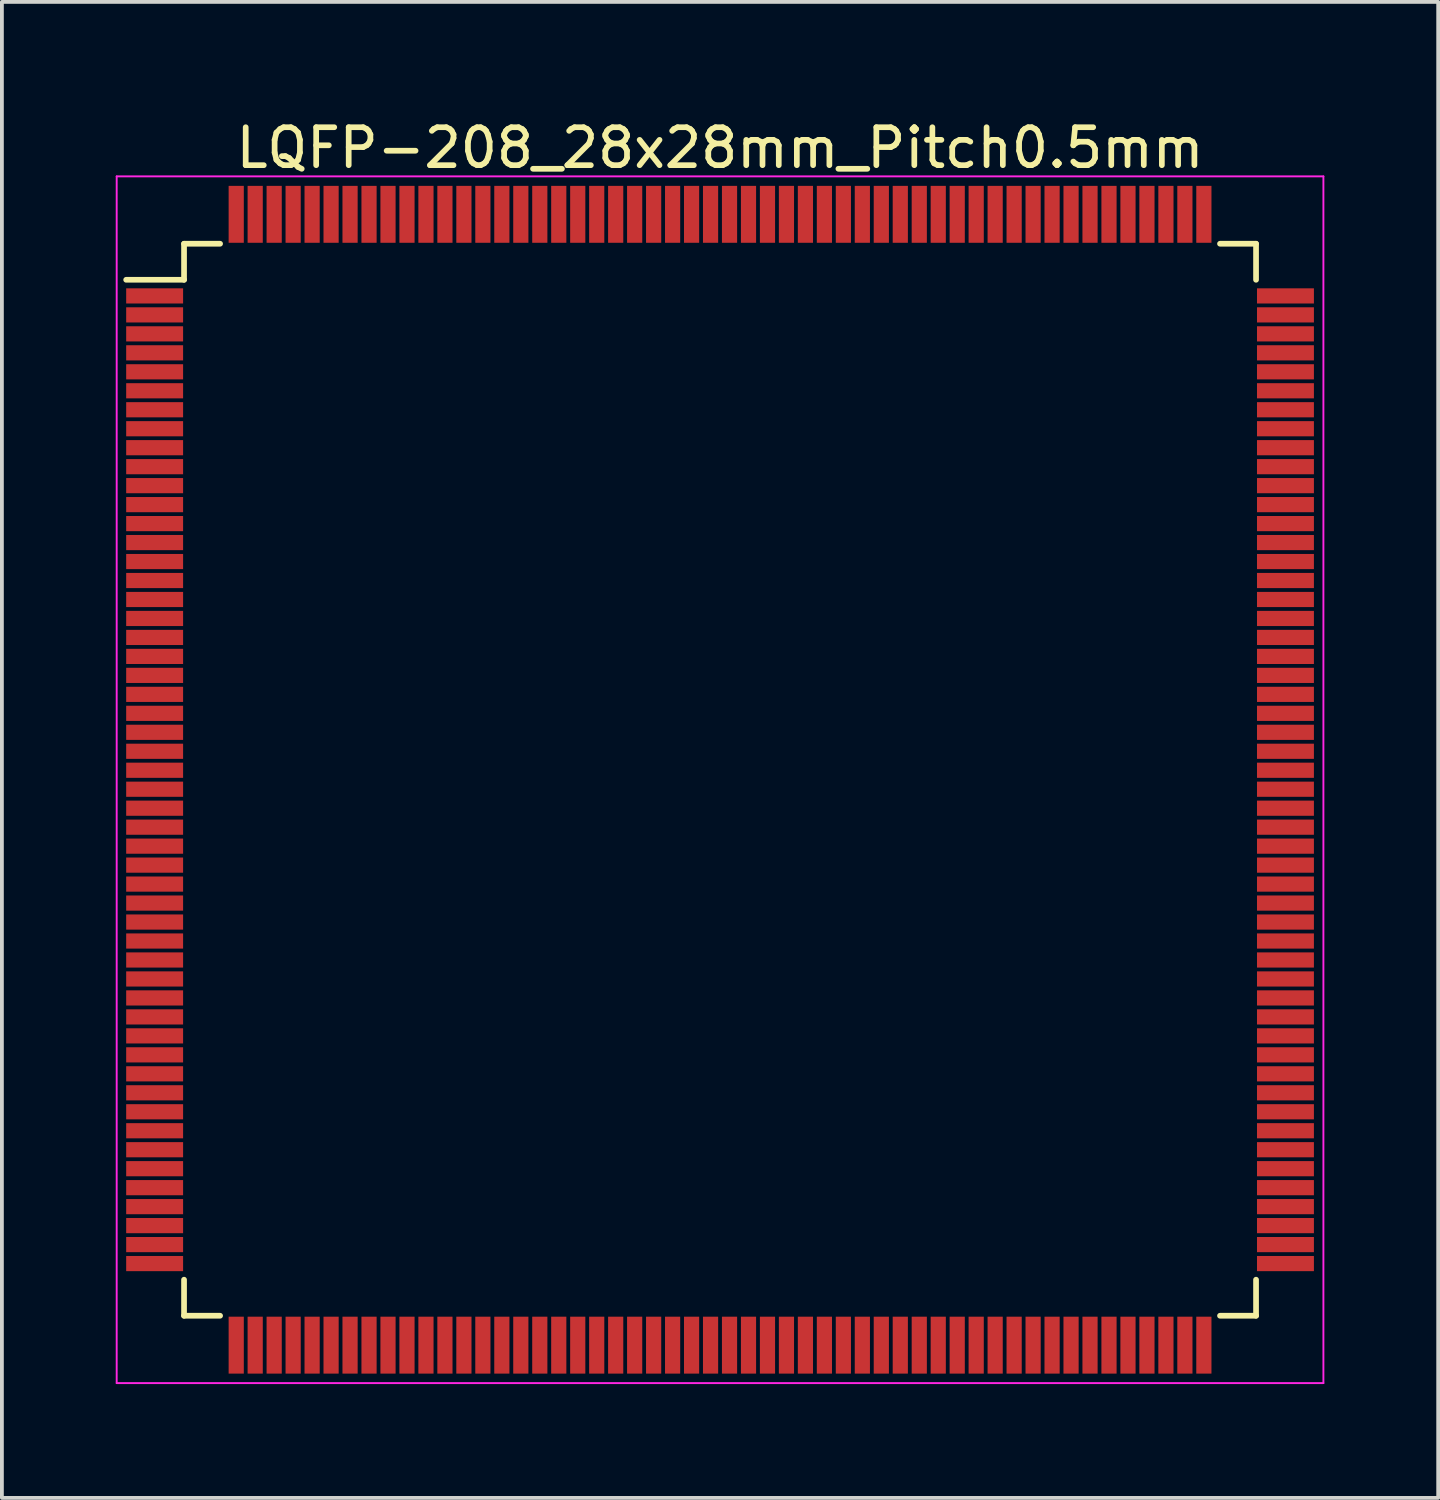
<source format=kicad_pcb>
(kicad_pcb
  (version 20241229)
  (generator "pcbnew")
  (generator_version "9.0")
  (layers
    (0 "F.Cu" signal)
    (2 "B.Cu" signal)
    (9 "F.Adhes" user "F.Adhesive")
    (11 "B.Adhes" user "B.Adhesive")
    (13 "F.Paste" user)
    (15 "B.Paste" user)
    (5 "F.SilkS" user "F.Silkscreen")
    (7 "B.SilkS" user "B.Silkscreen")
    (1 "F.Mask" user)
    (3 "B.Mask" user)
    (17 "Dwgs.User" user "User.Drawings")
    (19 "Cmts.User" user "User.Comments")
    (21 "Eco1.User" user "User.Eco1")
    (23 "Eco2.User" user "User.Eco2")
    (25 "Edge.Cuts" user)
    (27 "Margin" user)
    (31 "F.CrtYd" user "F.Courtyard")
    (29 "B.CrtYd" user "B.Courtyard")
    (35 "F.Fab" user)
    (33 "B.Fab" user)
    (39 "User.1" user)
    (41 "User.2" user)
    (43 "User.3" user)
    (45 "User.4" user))
  (footprint "LQFP-208_28x28mm_Pitch0.5mm"
    (layer "F.Cu")
    (at 15.925 17.498)
    (property "Reference" "LQFP-208_28x28mm_Pitch0.5mm" (at 0 -16.65 0) (layer "F.SilkS") (effects (font (size 1 1) (thickness 0.15))))
    (attr smd)
    (fp_line (start -14.125 -14.125) (end -14.125 -13.175) (stroke (width 0.15) (type solid)) (layer "F.SilkS"))
    (fp_line (start -14.125 -14.125) (end -13.175 -14.125) (stroke (width 0.15) (type solid)) (layer "F.SilkS"))
    (fp_line (start -14.125 -13.175) (end -15.65 -13.175) (stroke (width 0.15) (type solid)) (layer "F.SilkS"))
    (fp_line (start -14.125 14.125) (end -14.125 13.175) (stroke (width 0.15) (type solid)) (layer "F.SilkS"))
    (fp_line (start -14.125 14.125) (end -13.175 14.125) (stroke (width 0.15) (type solid)) (layer "F.SilkS"))
    (fp_line (start 14.125 -14.125) (end 13.175 -14.125) (stroke (width 0.15) (type solid)) (layer "F.SilkS"))
    (fp_line (start 14.125 -14.125) (end 14.125 -13.175) (stroke (width 0.15) (type solid)) (layer "F.SilkS"))
    (fp_line (start 14.125 14.125) (end 13.175 14.125) (stroke (width 0.15) (type solid)) (layer "F.SilkS"))
    (fp_line (start 14.125 14.125) (end 14.125 13.175) (stroke (width 0.15) (type solid)) (layer "F.SilkS"))
    (fp_line (start -15.9 -15.9) (end -15.9 15.9) (stroke (width 0.05) (type solid)) (layer "F.CrtYd"))
    (fp_line (start -15.9 -15.9) (end 15.9 -15.9) (stroke (width 0.05) (type solid)) (layer "F.CrtYd"))
    (fp_line (start -15.9 15.9) (end 15.9 15.9) (stroke (width 0.05) (type solid)) (layer "F.CrtYd"))
    (fp_line (start 15.9 -15.9) (end 15.9 15.9) (stroke (width 0.05) (type solid)) (layer "F.CrtYd"))
    (pad "1" smd rect (at -14.9 -12.75) (size 1.5 0.4) (layers "F.Cu" "F.Mask" "F.Paste"))
    (pad "2" smd rect (at -14.9 -12.25) (size 1.5 0.4) (layers "F.Cu" "F.Mask" "F.Paste"))
    (pad "3" smd rect (at -14.9 -11.75) (size 1.5 0.4) (layers "F.Cu" "F.Mask" "F.Paste"))
    (pad "4" smd rect (at -14.9 -11.25) (size 1.5 0.4) (layers "F.Cu" "F.Mask" "F.Paste"))
    (pad "5" smd rect (at -14.9 -10.75) (size 1.5 0.4) (layers "F.Cu" "F.Mask" "F.Paste"))
    (pad "6" smd rect (at -14.9 -10.25) (size 1.5 0.4) (layers "F.Cu" "F.Mask" "F.Paste"))
    (pad "7" smd rect (at -14.9 -9.75) (size 1.5 0.4) (layers "F.Cu" "F.Mask" "F.Paste"))
    (pad "8" smd rect (at -14.9 -9.25) (size 1.5 0.4) (layers "F.Cu" "F.Mask" "F.Paste"))
    (pad "9" smd rect (at -14.9 -8.75) (size 1.5 0.4) (layers "F.Cu" "F.Mask" "F.Paste"))
    (pad "10" smd rect (at -14.9 -8.25) (size 1.5 0.4) (layers "F.Cu" "F.Mask" "F.Paste"))
    (pad "11" smd rect (at -14.9 -7.75) (size 1.5 0.4) (layers "F.Cu" "F.Mask" "F.Paste"))
    (pad "12" smd rect (at -14.9 -7.25) (size 1.5 0.4) (layers "F.Cu" "F.Mask" "F.Paste"))
    (pad "13" smd rect (at -14.9 -6.75) (size 1.5 0.4) (layers "F.Cu" "F.Mask" "F.Paste"))
    (pad "14" smd rect (at -14.9 -6.25) (size 1.5 0.4) (layers "F.Cu" "F.Mask" "F.Paste"))
    (pad "15" smd rect (at -14.9 -5.75) (size 1.5 0.4) (layers "F.Cu" "F.Mask" "F.Paste"))
    (pad "16" smd rect (at -14.9 -5.25) (size 1.5 0.4) (layers "F.Cu" "F.Mask" "F.Paste"))
    (pad "17" smd rect (at -14.9 -4.75) (size 1.5 0.4) (layers "F.Cu" "F.Mask" "F.Paste"))
    (pad "18" smd rect (at -14.9 -4.25) (size 1.5 0.4) (layers "F.Cu" "F.Mask" "F.Paste"))
    (pad "19" smd rect (at -14.9 -3.75) (size 1.5 0.4) (layers "F.Cu" "F.Mask" "F.Paste"))
    (pad "20" smd rect (at -14.9 -3.25) (size 1.5 0.4) (layers "F.Cu" "F.Mask" "F.Paste"))
    (pad "21" smd rect (at -14.9 -2.75) (size 1.5 0.4) (layers "F.Cu" "F.Mask" "F.Paste"))
    (pad "22" smd rect (at -14.9 -2.25) (size 1.5 0.4) (layers "F.Cu" "F.Mask" "F.Paste"))
    (pad "23" smd rect (at -14.9 -1.75) (size 1.5 0.4) (layers "F.Cu" "F.Mask" "F.Paste"))
    (pad "24" smd rect (at -14.9 -1.25) (size 1.5 0.4) (layers "F.Cu" "F.Mask" "F.Paste"))
    (pad "25" smd rect (at -14.9 -0.75) (size 1.5 0.4) (layers "F.Cu" "F.Mask" "F.Paste"))
    (pad "26" smd rect (at -14.9 -0.25) (size 1.5 0.4) (layers "F.Cu" "F.Mask" "F.Paste"))
    (pad "27" smd rect (at -14.9 0.25) (size 1.5 0.4) (layers "F.Cu" "F.Mask" "F.Paste"))
    (pad "28" smd rect (at -14.9 0.75) (size 1.5 0.4) (layers "F.Cu" "F.Mask" "F.Paste"))
    (pad "29" smd rect (at -14.9 1.25) (size 1.5 0.4) (layers "F.Cu" "F.Mask" "F.Paste"))
    (pad "30" smd rect (at -14.9 1.75) (size 1.5 0.4) (layers "F.Cu" "F.Mask" "F.Paste"))
    (pad "31" smd rect (at -14.9 2.25) (size 1.5 0.4) (layers "F.Cu" "F.Mask" "F.Paste"))
    (pad "32" smd rect (at -14.9 2.75) (size 1.5 0.4) (layers "F.Cu" "F.Mask" "F.Paste"))
    (pad "33" smd rect (at -14.9 3.25) (size 1.5 0.4) (layers "F.Cu" "F.Mask" "F.Paste"))
    (pad "34" smd rect (at -14.9 3.75) (size 1.5 0.4) (layers "F.Cu" "F.Mask" "F.Paste"))
    (pad "35" smd rect (at -14.9 4.25) (size 1.5 0.4) (layers "F.Cu" "F.Mask" "F.Paste"))
    (pad "36" smd rect (at -14.9 4.75) (size 1.5 0.4) (layers "F.Cu" "F.Mask" "F.Paste"))
    (pad "37" smd rect (at -14.9 5.25) (size 1.5 0.4) (layers "F.Cu" "F.Mask" "F.Paste"))
    (pad "38" smd rect (at -14.9 5.75) (size 1.5 0.4) (layers "F.Cu" "F.Mask" "F.Paste"))
    (pad "39" smd rect (at -14.9 6.25) (size 1.5 0.4) (layers "F.Cu" "F.Mask" "F.Paste"))
    (pad "40" smd rect (at -14.9 6.75) (size 1.5 0.4) (layers "F.Cu" "F.Mask" "F.Paste"))
    (pad "41" smd rect (at -14.9 7.25) (size 1.5 0.4) (layers "F.Cu" "F.Mask" "F.Paste"))
    (pad "42" smd rect (at -14.9 7.75) (size 1.5 0.4) (layers "F.Cu" "F.Mask" "F.Paste"))
    (pad "43" smd rect (at -14.9 8.25) (size 1.5 0.4) (layers "F.Cu" "F.Mask" "F.Paste"))
    (pad "44" smd rect (at -14.9 8.75) (size 1.5 0.4) (layers "F.Cu" "F.Mask" "F.Paste"))
    (pad "45" smd rect (at -14.9 9.25) (size 1.5 0.4) (layers "F.Cu" "F.Mask" "F.Paste"))
    (pad "46" smd rect (at -14.9 9.75) (size 1.5 0.4) (layers "F.Cu" "F.Mask" "F.Paste"))
    (pad "47" smd rect (at -14.9 10.25) (size 1.5 0.4) (layers "F.Cu" "F.Mask" "F.Paste"))
    (pad "48" smd rect (at -14.9 10.75) (size 1.5 0.4) (layers "F.Cu" "F.Mask" "F.Paste"))
    (pad "49" smd rect (at -14.9 11.25) (size 1.5 0.4) (layers "F.Cu" "F.Mask" "F.Paste"))
    (pad "50" smd rect (at -14.9 11.75) (size 1.5 0.4) (layers "F.Cu" "F.Mask" "F.Paste"))
    (pad "51" smd rect (at -14.9 12.25) (size 1.5 0.4) (layers "F.Cu" "F.Mask" "F.Paste"))
    (pad "52" smd rect (at -14.9 12.75) (size 1.5 0.4) (layers "F.Cu" "F.Mask" "F.Paste"))
    (pad "53" smd rect (at -12.75 14.9 90) (size 1.5 0.4) (layers "F.Cu" "F.Mask" "F.Paste"))
    (pad "54" smd rect (at -12.25 14.9 90) (size 1.5 0.4) (layers "F.Cu" "F.Mask" "F.Paste"))
    (pad "55" smd rect (at -11.75 14.9 90) (size 1.5 0.4) (layers "F.Cu" "F.Mask" "F.Paste"))
    (pad "56" smd rect (at -11.25 14.9 90) (size 1.5 0.4) (layers "F.Cu" "F.Mask" "F.Paste"))
    (pad "57" smd rect (at -10.75 14.9 90) (size 1.5 0.4) (layers "F.Cu" "F.Mask" "F.Paste"))
    (pad "58" smd rect (at -10.25 14.9 90) (size 1.5 0.4) (layers "F.Cu" "F.Mask" "F.Paste"))
    (pad "59" smd rect (at -9.75 14.9 90) (size 1.5 0.4) (layers "F.Cu" "F.Mask" "F.Paste"))
    (pad "60" smd rect (at -9.25 14.9 90) (size 1.5 0.4) (layers "F.Cu" "F.Mask" "F.Paste"))
    (pad "61" smd rect (at -8.75 14.9 90) (size 1.5 0.4) (layers "F.Cu" "F.Mask" "F.Paste"))
    (pad "62" smd rect (at -8.25 14.9 90) (size 1.5 0.4) (layers "F.Cu" "F.Mask" "F.Paste"))
    (pad "63" smd rect (at -7.75 14.9 90) (size 1.5 0.4) (layers "F.Cu" "F.Mask" "F.Paste"))
    (pad "64" smd rect (at -7.25 14.9 90) (size 1.5 0.4) (layers "F.Cu" "F.Mask" "F.Paste"))
    (pad "65" smd rect (at -6.75 14.9 90) (size 1.5 0.4) (layers "F.Cu" "F.Mask" "F.Paste"))
    (pad "66" smd rect (at -6.25 14.9 90) (size 1.5 0.4) (layers "F.Cu" "F.Mask" "F.Paste"))
    (pad "67" smd rect (at -5.75 14.9 90) (size 1.5 0.4) (layers "F.Cu" "F.Mask" "F.Paste"))
    (pad "68" smd rect (at -5.25 14.9 90) (size 1.5 0.4) (layers "F.Cu" "F.Mask" "F.Paste"))
    (pad "69" smd rect (at -4.75 14.9 90) (size 1.5 0.4) (layers "F.Cu" "F.Mask" "F.Paste"))
    (pad "70" smd rect (at -4.25 14.9 90) (size 1.5 0.4) (layers "F.Cu" "F.Mask" "F.Paste"))
    (pad "71" smd rect (at -3.75 14.9 90) (size 1.5 0.4) (layers "F.Cu" "F.Mask" "F.Paste"))
    (pad "72" smd rect (at -3.25 14.9 90) (size 1.5 0.4) (layers "F.Cu" "F.Mask" "F.Paste"))
    (pad "73" smd rect (at -2.75 14.9 90) (size 1.5 0.4) (layers "F.Cu" "F.Mask" "F.Paste"))
    (pad "74" smd rect (at -2.25 14.9 90) (size 1.5 0.4) (layers "F.Cu" "F.Mask" "F.Paste"))
    (pad "75" smd rect (at -1.75 14.9 90) (size 1.5 0.4) (layers "F.Cu" "F.Mask" "F.Paste"))
    (pad "76" smd rect (at -1.25 14.9 90) (size 1.5 0.4) (layers "F.Cu" "F.Mask" "F.Paste"))
    (pad "77" smd rect (at -0.75 14.9 90) (size 1.5 0.4) (layers "F.Cu" "F.Mask" "F.Paste"))
    (pad "78" smd rect (at -0.25 14.9 90) (size 1.5 0.4) (layers "F.Cu" "F.Mask" "F.Paste"))
    (pad "79" smd rect (at 0.25 14.9 90) (size 1.5 0.4) (layers "F.Cu" "F.Mask" "F.Paste"))
    (pad "80" smd rect (at 0.75 14.9 90) (size 1.5 0.4) (layers "F.Cu" "F.Mask" "F.Paste"))
    (pad "81" smd rect (at 1.25 14.9 90) (size 1.5 0.4) (layers "F.Cu" "F.Mask" "F.Paste"))
    (pad "82" smd rect (at 1.75 14.9 90) (size 1.5 0.4) (layers "F.Cu" "F.Mask" "F.Paste"))
    (pad "83" smd rect (at 2.25 14.9 90) (size 1.5 0.4) (layers "F.Cu" "F.Mask" "F.Paste"))
    (pad "84" smd rect (at 2.75 14.9 90) (size 1.5 0.4) (layers "F.Cu" "F.Mask" "F.Paste"))
    (pad "85" smd rect (at 3.25 14.9 90) (size 1.5 0.4) (layers "F.Cu" "F.Mask" "F.Paste"))
    (pad "86" smd rect (at 3.75 14.9 90) (size 1.5 0.4) (layers "F.Cu" "F.Mask" "F.Paste"))
    (pad "87" smd rect (at 4.25 14.9 90) (size 1.5 0.4) (layers "F.Cu" "F.Mask" "F.Paste"))
    (pad "88" smd rect (at 4.75 14.9 90) (size 1.5 0.4) (layers "F.Cu" "F.Mask" "F.Paste"))
    (pad "89" smd rect (at 5.25 14.9 90) (size 1.5 0.4) (layers "F.Cu" "F.Mask" "F.Paste"))
    (pad "90" smd rect (at 5.75 14.9 90) (size 1.5 0.4) (layers "F.Cu" "F.Mask" "F.Paste"))
    (pad "91" smd rect (at 6.25 14.9 90) (size 1.5 0.4) (layers "F.Cu" "F.Mask" "F.Paste"))
    (pad "92" smd rect (at 6.75 14.9 90) (size 1.5 0.4) (layers "F.Cu" "F.Mask" "F.Paste"))
    (pad "93" smd rect (at 7.25 14.9 90) (size 1.5 0.4) (layers "F.Cu" "F.Mask" "F.Paste"))
    (pad "94" smd rect (at 7.75 14.9 90) (size 1.5 0.4) (layers "F.Cu" "F.Mask" "F.Paste"))
    (pad "95" smd rect (at 8.25 14.9 90) (size 1.5 0.4) (layers "F.Cu" "F.Mask" "F.Paste"))
    (pad "96" smd rect (at 8.75 14.9 90) (size 1.5 0.4) (layers "F.Cu" "F.Mask" "F.Paste"))
    (pad "97" smd rect (at 9.25 14.9 90) (size 1.5 0.4) (layers "F.Cu" "F.Mask" "F.Paste"))
    (pad "98" smd rect (at 9.75 14.9 90) (size 1.5 0.4) (layers "F.Cu" "F.Mask" "F.Paste"))
    (pad "99" smd rect (at 10.25 14.9 90) (size 1.5 0.4) (layers "F.Cu" "F.Mask" "F.Paste"))
    (pad "100" smd rect (at 10.75 14.9 90) (size 1.5 0.4) (layers "F.Cu" "F.Mask" "F.Paste"))
    (pad "101" smd rect (at 11.25 14.9 90) (size 1.5 0.4) (layers "F.Cu" "F.Mask" "F.Paste"))
    (pad "102" smd rect (at 11.75 14.9 90) (size 1.5 0.4) (layers "F.Cu" "F.Mask" "F.Paste"))
    (pad "103" smd rect (at 12.25 14.9 90) (size 1.5 0.4) (layers "F.Cu" "F.Mask" "F.Paste"))
    (pad "104" smd rect (at 12.75 14.9 90) (size 1.5 0.4) (layers "F.Cu" "F.Mask" "F.Paste"))
    (pad "105" smd rect (at 14.9 12.75) (size 1.5 0.4) (layers "F.Cu" "F.Mask" "F.Paste"))
    (pad "106" smd rect (at 14.9 12.25) (size 1.5 0.4) (layers "F.Cu" "F.Mask" "F.Paste"))
    (pad "107" smd rect (at 14.9 11.75) (size 1.5 0.4) (layers "F.Cu" "F.Mask" "F.Paste"))
    (pad "108" smd rect (at 14.9 11.25) (size 1.5 0.4) (layers "F.Cu" "F.Mask" "F.Paste"))
    (pad "109" smd rect (at 14.9 10.75) (size 1.5 0.4) (layers "F.Cu" "F.Mask" "F.Paste"))
    (pad "110" smd rect (at 14.9 10.25) (size 1.5 0.4) (layers "F.Cu" "F.Mask" "F.Paste"))
    (pad "111" smd rect (at 14.9 9.75) (size 1.5 0.4) (layers "F.Cu" "F.Mask" "F.Paste"))
    (pad "112" smd rect (at 14.9 9.25) (size 1.5 0.4) (layers "F.Cu" "F.Mask" "F.Paste"))
    (pad "113" smd rect (at 14.9 8.75) (size 1.5 0.4) (layers "F.Cu" "F.Mask" "F.Paste"))
    (pad "114" smd rect (at 14.9 8.25) (size 1.5 0.4) (layers "F.Cu" "F.Mask" "F.Paste"))
    (pad "115" smd rect (at 14.9 7.75) (size 1.5 0.4) (layers "F.Cu" "F.Mask" "F.Paste"))
    (pad "116" smd rect (at 14.9 7.25) (size 1.5 0.4) (layers "F.Cu" "F.Mask" "F.Paste"))
    (pad "117" smd rect (at 14.9 6.75) (size 1.5 0.4) (layers "F.Cu" "F.Mask" "F.Paste"))
    (pad "118" smd rect (at 14.9 6.25) (size 1.5 0.4) (layers "F.Cu" "F.Mask" "F.Paste"))
    (pad "119" smd rect (at 14.9 5.75) (size 1.5 0.4) (layers "F.Cu" "F.Mask" "F.Paste"))
    (pad "120" smd rect (at 14.9 5.25) (size 1.5 0.4) (layers "F.Cu" "F.Mask" "F.Paste"))
    (pad "121" smd rect (at 14.9 4.75) (size 1.5 0.4) (layers "F.Cu" "F.Mask" "F.Paste"))
    (pad "122" smd rect (at 14.9 4.25) (size 1.5 0.4) (layers "F.Cu" "F.Mask" "F.Paste"))
    (pad "123" smd rect (at 14.9 3.75) (size 1.5 0.4) (layers "F.Cu" "F.Mask" "F.Paste"))
    (pad "124" smd rect (at 14.9 3.25) (size 1.5 0.4) (layers "F.Cu" "F.Mask" "F.Paste"))
    (pad "125" smd rect (at 14.9 2.75) (size 1.5 0.4) (layers "F.Cu" "F.Mask" "F.Paste"))
    (pad "126" smd rect (at 14.9 2.25) (size 1.5 0.4) (layers "F.Cu" "F.Mask" "F.Paste"))
    (pad "127" smd rect (at 14.9 1.75) (size 1.5 0.4) (layers "F.Cu" "F.Mask" "F.Paste"))
    (pad "128" smd rect (at 14.9 1.25) (size 1.5 0.4) (layers "F.Cu" "F.Mask" "F.Paste"))
    (pad "129" smd rect (at 14.9 0.75) (size 1.5 0.4) (layers "F.Cu" "F.Mask" "F.Paste"))
    (pad "130" smd rect (at 14.9 0.25) (size 1.5 0.4) (layers "F.Cu" "F.Mask" "F.Paste"))
    (pad "131" smd rect (at 14.9 -0.25) (size 1.5 0.4) (layers "F.Cu" "F.Mask" "F.Paste"))
    (pad "132" smd rect (at 14.9 -0.75) (size 1.5 0.4) (layers "F.Cu" "F.Mask" "F.Paste"))
    (pad "133" smd rect (at 14.9 -1.25) (size 1.5 0.4) (layers "F.Cu" "F.Mask" "F.Paste"))
    (pad "134" smd rect (at 14.9 -1.75) (size 1.5 0.4) (layers "F.Cu" "F.Mask" "F.Paste"))
    (pad "135" smd rect (at 14.9 -2.25) (size 1.5 0.4) (layers "F.Cu" "F.Mask" "F.Paste"))
    (pad "136" smd rect (at 14.9 -2.75) (size 1.5 0.4) (layers "F.Cu" "F.Mask" "F.Paste"))
    (pad "137" smd rect (at 14.9 -3.25) (size 1.5 0.4) (layers "F.Cu" "F.Mask" "F.Paste"))
    (pad "138" smd rect (at 14.9 -3.75) (size 1.5 0.4) (layers "F.Cu" "F.Mask" "F.Paste"))
    (pad "139" smd rect (at 14.9 -4.25) (size 1.5 0.4) (layers "F.Cu" "F.Mask" "F.Paste"))
    (pad "140" smd rect (at 14.9 -4.75) (size 1.5 0.4) (layers "F.Cu" "F.Mask" "F.Paste"))
    (pad "141" smd rect (at 14.9 -5.25) (size 1.5 0.4) (layers "F.Cu" "F.Mask" "F.Paste"))
    (pad "142" smd rect (at 14.9 -5.75) (size 1.5 0.4) (layers "F.Cu" "F.Mask" "F.Paste"))
    (pad "143" smd rect (at 14.9 -6.25) (size 1.5 0.4) (layers "F.Cu" "F.Mask" "F.Paste"))
    (pad "144" smd rect (at 14.9 -6.75) (size 1.5 0.4) (layers "F.Cu" "F.Mask" "F.Paste"))
    (pad "145" smd rect (at 14.9 -7.25) (size 1.5 0.4) (layers "F.Cu" "F.Mask" "F.Paste"))
    (pad "146" smd rect (at 14.9 -7.75) (size 1.5 0.4) (layers "F.Cu" "F.Mask" "F.Paste"))
    (pad "147" smd rect (at 14.9 -8.25) (size 1.5 0.4) (layers "F.Cu" "F.Mask" "F.Paste"))
    (pad "148" smd rect (at 14.9 -8.75) (size 1.5 0.4) (layers "F.Cu" "F.Mask" "F.Paste"))
    (pad "149" smd rect (at 14.9 -9.25) (size 1.5 0.4) (layers "F.Cu" "F.Mask" "F.Paste"))
    (pad "150" smd rect (at 14.9 -9.75) (size 1.5 0.4) (layers "F.Cu" "F.Mask" "F.Paste"))
    (pad "151" smd rect (at 14.9 -10.25) (size 1.5 0.4) (layers "F.Cu" "F.Mask" "F.Paste"))
    (pad "152" smd rect (at 14.9 -10.75) (size 1.5 0.4) (layers "F.Cu" "F.Mask" "F.Paste"))
    (pad "153" smd rect (at 14.9 -11.25) (size 1.5 0.4) (layers "F.Cu" "F.Mask" "F.Paste"))
    (pad "154" smd rect (at 14.9 -11.75) (size 1.5 0.4) (layers "F.Cu" "F.Mask" "F.Paste"))
    (pad "155" smd rect (at 14.9 -12.25) (size 1.5 0.4) (layers "F.Cu" "F.Mask" "F.Paste"))
    (pad "156" smd rect (at 14.9 -12.75) (size 1.5 0.4) (layers "F.Cu" "F.Mask" "F.Paste"))
    (pad "157" smd rect (at 12.75 -14.9 90) (size 1.5 0.4) (layers "F.Cu" "F.Mask" "F.Paste"))
    (pad "158" smd rect (at 12.25 -14.9 90) (size 1.5 0.4) (layers "F.Cu" "F.Mask" "F.Paste"))
    (pad "159" smd rect (at 11.75 -14.9 90) (size 1.5 0.4) (layers "F.Cu" "F.Mask" "F.Paste"))
    (pad "160" smd rect (at 11.25 -14.9 90) (size 1.5 0.4) (layers "F.Cu" "F.Mask" "F.Paste"))
    (pad "161" smd rect (at 10.75 -14.9 90) (size 1.5 0.4) (layers "F.Cu" "F.Mask" "F.Paste"))
    (pad "162" smd rect (at 10.25 -14.9 90) (size 1.5 0.4) (layers "F.Cu" "F.Mask" "F.Paste"))
    (pad "163" smd rect (at 9.75 -14.9 90) (size 1.5 0.4) (layers "F.Cu" "F.Mask" "F.Paste"))
    (pad "164" smd rect (at 9.25 -14.9 90) (size 1.5 0.4) (layers "F.Cu" "F.Mask" "F.Paste"))
    (pad "165" smd rect (at 8.75 -14.9 90) (size 1.5 0.4) (layers "F.Cu" "F.Mask" "F.Paste"))
    (pad "166" smd rect (at 8.25 -14.9 90) (size 1.5 0.4) (layers "F.Cu" "F.Mask" "F.Paste"))
    (pad "167" smd rect (at 7.75 -14.9 90) (size 1.5 0.4) (layers "F.Cu" "F.Mask" "F.Paste"))
    (pad "168" smd rect (at 7.25 -14.9 90) (size 1.5 0.4) (layers "F.Cu" "F.Mask" "F.Paste"))
    (pad "169" smd rect (at 6.75 -14.9 90) (size 1.5 0.4) (layers "F.Cu" "F.Mask" "F.Paste"))
    (pad "170" smd rect (at 6.25 -14.9 90) (size 1.5 0.4) (layers "F.Cu" "F.Mask" "F.Paste"))
    (pad "171" smd rect (at 5.75 -14.9 90) (size 1.5 0.4) (layers "F.Cu" "F.Mask" "F.Paste"))
    (pad "172" smd rect (at 5.25 -14.9 90) (size 1.5 0.4) (layers "F.Cu" "F.Mask" "F.Paste"))
    (pad "173" smd rect (at 4.75 -14.9 90) (size 1.5 0.4) (layers "F.Cu" "F.Mask" "F.Paste"))
    (pad "174" smd rect (at 4.25 -14.9 90) (size 1.5 0.4) (layers "F.Cu" "F.Mask" "F.Paste"))
    (pad "175" smd rect (at 3.75 -14.9 90) (size 1.5 0.4) (layers "F.Cu" "F.Mask" "F.Paste"))
    (pad "176" smd rect (at 3.25 -14.9 90) (size 1.5 0.4) (layers "F.Cu" "F.Mask" "F.Paste"))
    (pad "177" smd rect (at 2.75 -14.9 90) (size 1.5 0.4) (layers "F.Cu" "F.Mask" "F.Paste"))
    (pad "178" smd rect (at 2.25 -14.9 90) (size 1.5 0.4) (layers "F.Cu" "F.Mask" "F.Paste"))
    (pad "179" smd rect (at 1.75 -14.9 90) (size 1.5 0.4) (layers "F.Cu" "F.Mask" "F.Paste"))
    (pad "180" smd rect (at 1.25 -14.9 90) (size 1.5 0.4) (layers "F.Cu" "F.Mask" "F.Paste"))
    (pad "181" smd rect (at 0.75 -14.9 90) (size 1.5 0.4) (layers "F.Cu" "F.Mask" "F.Paste"))
    (pad "182" smd rect (at 0.25 -14.9 90) (size 1.5 0.4) (layers "F.Cu" "F.Mask" "F.Paste"))
    (pad "183" smd rect (at -0.25 -14.9 90) (size 1.5 0.4) (layers "F.Cu" "F.Mask" "F.Paste"))
    (pad "184" smd rect (at -0.75 -14.9 90) (size 1.5 0.4) (layers "F.Cu" "F.Mask" "F.Paste"))
    (pad "185" smd rect (at -1.25 -14.9 90) (size 1.5 0.4) (layers "F.Cu" "F.Mask" "F.Paste"))
    (pad "186" smd rect (at -1.75 -14.9 90) (size 1.5 0.4) (layers "F.Cu" "F.Mask" "F.Paste"))
    (pad "187" smd rect (at -2.25 -14.9 90) (size 1.5 0.4) (layers "F.Cu" "F.Mask" "F.Paste"))
    (pad "188" smd rect (at -2.75 -14.9 90) (size 1.5 0.4) (layers "F.Cu" "F.Mask" "F.Paste"))
    (pad "189" smd rect (at -3.25 -14.9 90) (size 1.5 0.4) (layers "F.Cu" "F.Mask" "F.Paste"))
    (pad "190" smd rect (at -3.75 -14.9 90) (size 1.5 0.4) (layers "F.Cu" "F.Mask" "F.Paste"))
    (pad "191" smd rect (at -4.25 -14.9 90) (size 1.5 0.4) (layers "F.Cu" "F.Mask" "F.Paste"))
    (pad "192" smd rect (at -4.75 -14.9 90) (size 1.5 0.4) (layers "F.Cu" "F.Mask" "F.Paste"))
    (pad "193" smd rect (at -5.25 -14.9 90) (size 1.5 0.4) (layers "F.Cu" "F.Mask" "F.Paste"))
    (pad "194" smd rect (at -5.75 -14.9 90) (size 1.5 0.4) (layers "F.Cu" "F.Mask" "F.Paste"))
    (pad "195" smd rect (at -6.25 -14.9 90) (size 1.5 0.4) (layers "F.Cu" "F.Mask" "F.Paste"))
    (pad "196" smd rect (at -6.75 -14.9 90) (size 1.5 0.4) (layers "F.Cu" "F.Mask" "F.Paste"))
    (pad "197" smd rect (at -7.25 -14.9 90) (size 1.5 0.4) (layers "F.Cu" "F.Mask" "F.Paste"))
    (pad "198" smd rect (at -7.75 -14.9 90) (size 1.5 0.4) (layers "F.Cu" "F.Mask" "F.Paste"))
    (pad "199" smd rect (at -8.25 -14.9 90) (size 1.5 0.4) (layers "F.Cu" "F.Mask" "F.Paste"))
    (pad "200" smd rect (at -8.75 -14.9 90) (size 1.5 0.4) (layers "F.Cu" "F.Mask" "F.Paste"))
    (pad "201" smd rect (at -9.25 -14.9 90) (size 1.5 0.4) (layers "F.Cu" "F.Mask" "F.Paste"))
    (pad "202" smd rect (at -9.75 -14.9 90) (size 1.5 0.4) (layers "F.Cu" "F.Mask" "F.Paste"))
    (pad "203" smd rect (at -10.25 -14.9 90) (size 1.5 0.4) (layers "F.Cu" "F.Mask" "F.Paste"))
    (pad "204" smd rect (at -10.75 -14.9 90) (size 1.5 0.4) (layers "F.Cu" "F.Mask" "F.Paste"))
    (pad "205" smd rect (at -11.25 -14.9 90) (size 1.5 0.4) (layers "F.Cu" "F.Mask" "F.Paste"))
    (pad "206" smd rect (at -11.75 -14.9 90) (size 1.5 0.4) (layers "F.Cu" "F.Mask" "F.Paste"))
    (pad "207" smd rect (at -12.25 -14.9 90) (size 1.5 0.4) (layers "F.Cu" "F.Mask" "F.Paste"))
    (pad "208" smd rect (at -12.75 -14.9 90) (size 1.5 0.4) (layers "F.Cu" "F.Mask" "F.Paste")))
  (gr_rect
    (start -3 -3)
    (end 34.85 36.423)
    (stroke (width 0.1) (type default))
    (fill no)
    (layer "Edge.Cuts")))
</source>
